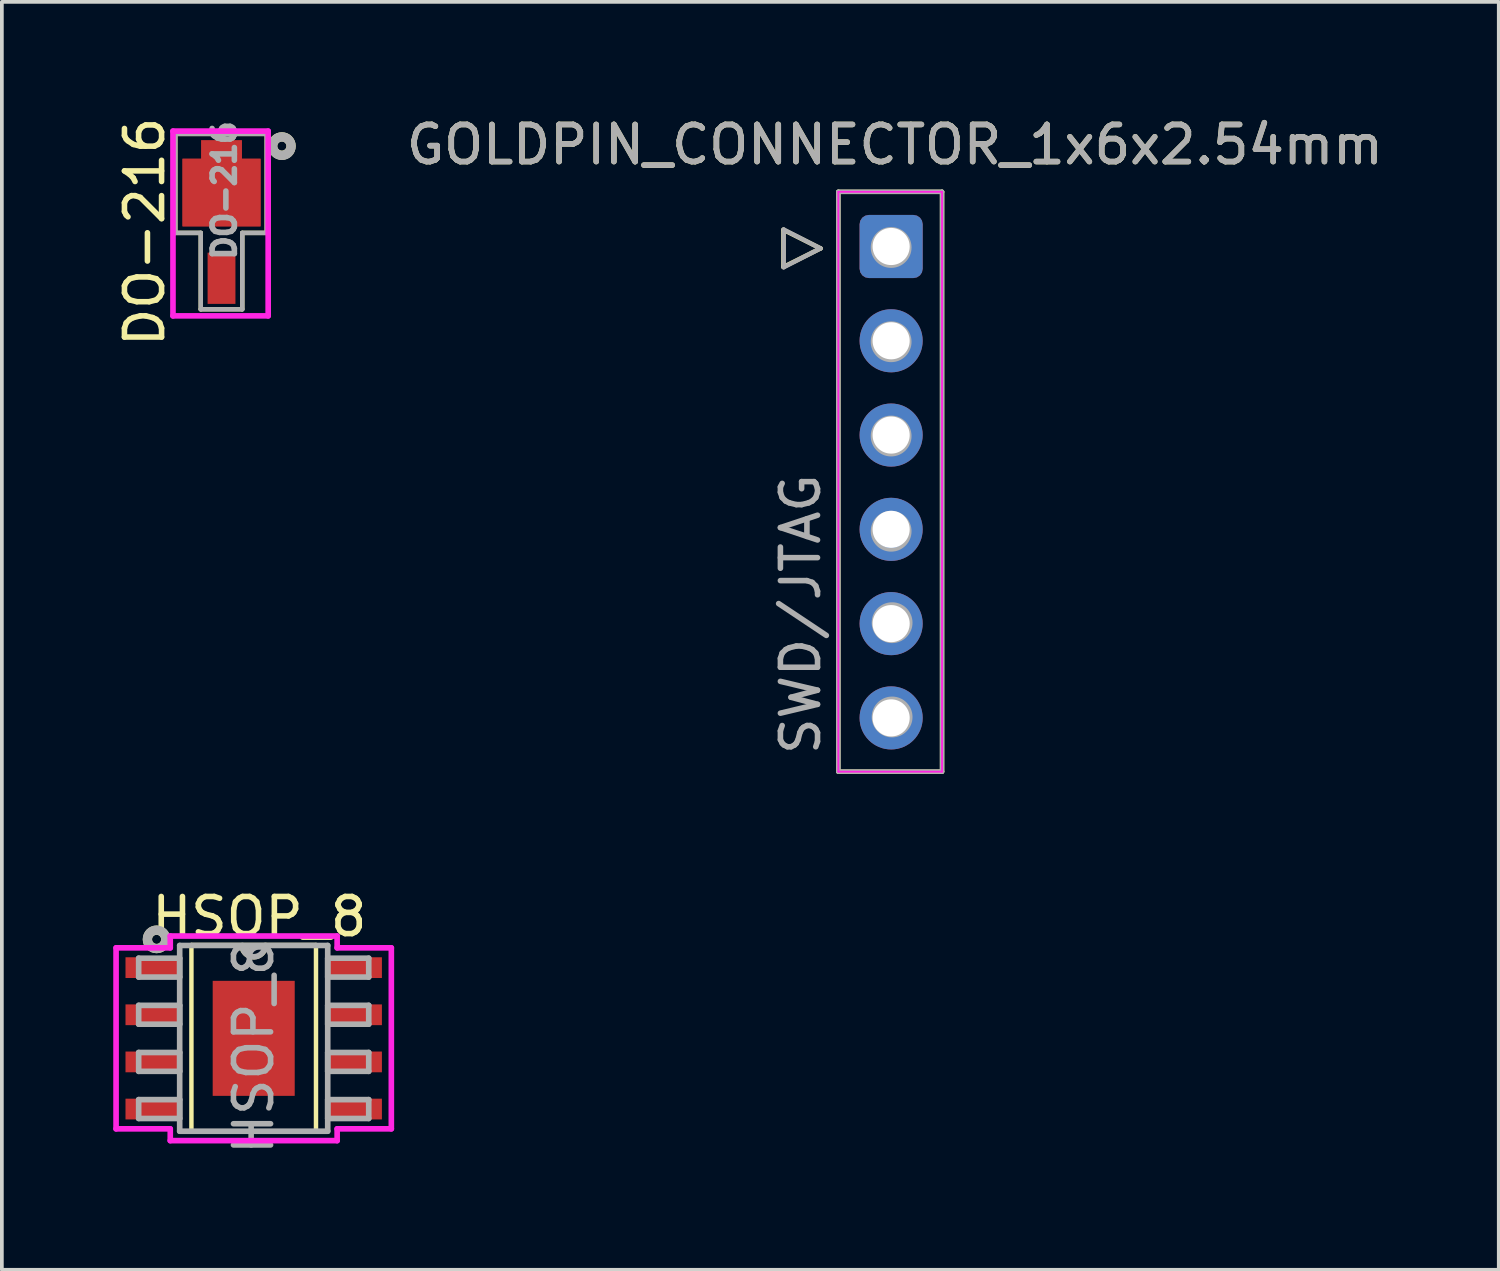
<source format=kicad_pcb>
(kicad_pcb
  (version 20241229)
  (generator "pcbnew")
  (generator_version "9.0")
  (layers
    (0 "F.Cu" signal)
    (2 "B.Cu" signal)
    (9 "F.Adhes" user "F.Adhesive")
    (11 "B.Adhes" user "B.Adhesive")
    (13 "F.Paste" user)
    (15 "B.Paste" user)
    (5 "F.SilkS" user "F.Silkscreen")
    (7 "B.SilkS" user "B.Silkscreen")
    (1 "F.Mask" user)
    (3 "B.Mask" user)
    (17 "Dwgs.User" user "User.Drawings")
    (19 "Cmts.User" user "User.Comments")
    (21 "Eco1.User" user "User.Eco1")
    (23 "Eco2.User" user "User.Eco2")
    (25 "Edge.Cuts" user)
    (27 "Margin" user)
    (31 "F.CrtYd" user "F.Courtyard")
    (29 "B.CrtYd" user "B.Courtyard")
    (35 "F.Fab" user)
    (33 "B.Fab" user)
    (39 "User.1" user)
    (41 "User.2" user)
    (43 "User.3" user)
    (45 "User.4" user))
  (footprint "GOLDPIN_CONNECTOR_1x6x2.54mm"
    (layer "F.Cu")
    (at 20.806 9.992)
    (property "Reference" "GOLDPIN_CONNECTOR_1x6x2.54mm" (at 0.254 -9.144 0) (layer "F.SilkS") (effects (font (size 1 1) (thickness 0.15))))
    (attr through_hole)
    (fp_line (start -2.75 -6.85) (end -2.75 -5.85) (stroke (width 0.12) (type solid)) (layer "F.SilkS"))
    (fp_line (start -2.75 -5.85) (end -1.75 -6.35) (stroke (width 0.12) (type solid)) (layer "F.SilkS"))
    (fp_line (start -1.75 -6.35) (end -2.75 -6.85) (stroke (width 0.12) (type solid)) (layer "F.SilkS"))
    (fp_line (start -1.27 -7.874) (end -1.27 7.747) (stroke (width 0.12) (type solid)) (layer "F.SilkS"))
    (fp_line (start -1.27 7.747) (end 1.524 7.747) (stroke (width 0.12) (type solid)) (layer "F.SilkS"))
    (fp_line (start 1.524 -7.874) (end -1.27 -7.874) (stroke (width 0.12) (type solid)) (layer "F.SilkS"))
    (fp_line (start 1.524 7.747) (end 1.524 -7.874) (stroke (width 0.12) (type solid)) (layer "F.SilkS"))
    (fp_line (start -1.27 -7.874) (end 1.524 -7.874) (stroke (width 0.05) (type solid)) (layer "F.CrtYd"))
    (fp_line (start -1.27 7.747) (end -1.27 -7.874) (stroke (width 0.05) (type solid)) (layer "F.CrtYd"))
    (fp_line (start 1.524 -7.874) (end 1.524 7.747) (stroke (width 0.05) (type solid)) (layer "F.CrtYd"))
    (fp_line (start 1.524 7.747) (end -1.27 7.747) (stroke (width 0.05) (type solid)) (layer "F.CrtYd"))
    (fp_line (start -2.743 -5.842) (end -2.743 -6.858) (stroke (width 0.12) (type solid)) (layer "F.Fab"))
    (fp_line (start -1.753 -6.35) (end -2.743 -6.858) (stroke (width 0.12) (type solid)) (layer "F.Fab"))
    (fp_line (start -1.753 -6.35) (end -2.743 -5.842) (stroke (width 0.12) (type solid)) (layer "F.Fab"))
    (fp_line (start -1.27 -7.874) (end 1.524 -7.874) (stroke (width 0.12) (type solid)) (layer "F.Fab"))
    (fp_line (start -1.27 7.747) (end -1.27 -7.874) (stroke (width 0.12) (type solid)) (layer "F.Fab"))
    (fp_line (start 1.524 -7.874) (end 1.524 7.747) (stroke (width 0.12) (type solid)) (layer "F.Fab"))
    (fp_line (start 1.524 7.747) (end -1.27 7.747) (stroke (width 0.12) (type solid)) (layer "F.Fab"))
    (fp_circle (center 0.152 -6.375) (end 0.152 -5.875) (stroke (width 0.1) (type solid)) (fill no) (layer "F.Fab"))
    (fp_circle (center 0.152 -3.835) (end 0.152 -3.335) (stroke (width 0.1) (type solid)) (fill no) (layer "F.Fab"))
    (fp_circle (center 0.152 -1.295) (end 0.152 -0.795) (stroke (width 0.1) (type solid)) (fill no) (layer "F.Fab"))
    (fp_circle (center 0.152 1.27) (end 0.152 1.77) (stroke (width 0.1) (type solid)) (fill no) (layer "F.Fab"))
    (fp_circle (center 0.178 3.734) (end 0.178 4.234) (stroke (width 0.1) (type solid)) (fill no) (layer "F.Fab"))
    (fp_circle (center 0.178 6.274) (end 0.178 6.774) (stroke (width 0.1) (type solid)) (fill no) (layer "F.Fab"))
    (fp_text user "${REFERENCE}" (at 0.254 -9.144 0) (layer "F.Fab") (effects (font (size 1 1) (thickness 0.15))))
    (fp_text user "SWD/JTAG" (at -2.286 3.505 90) (layer "F.Fab") (effects (font (size 1 1) (thickness 0.15))))
    (pad "1" thru_hole roundrect (at 0.152 -6.401) (size 1.7 1.7) (drill 1) (layers "*.Cu" "*.Mask") (roundrect_rratio 0.147))
    (pad "2" thru_hole circle (at 0.152 -3.861) (size 1.7 1.7) (drill 1) (layers "*.Cu" "*.Mask"))
    (pad "3" thru_hole circle (at 0.152 -1.321) (size 1.7 1.7) (drill 1) (layers "*.Cu" "*.Mask"))
    (pad "4" thru_hole circle (at 0.152 1.219) (size 1.7 1.7) (drill 1) (layers "*.Cu" "*.Mask"))
    (pad "5" thru_hole circle (at 0.152 3.759) (size 1.7 1.7) (drill 1) (layers "*.Cu" "*.Mask"))
    (pad "6" thru_hole circle (at 0.152 6.299) (size 1.7 1.7) (drill 1) (layers "*.Cu" "*.Mask")))
  (footprint "DO-216"
    (layer "F.Cu")
    (at 2.918 3.047)
    (property "Reference" "DO-216" (at -2.07 0.15 90) (layer "F.SilkS") (effects (font (size 1 1) (thickness 0.15))))
    (attr through_hole)
    (fp_poly (pts (xy 0.551 -1.821) (xy 1.052 -1.821) (xy 1.052 0.003) (xy -1.052 0.003) (xy -1.052 -1.821) (xy -0.551 -1.821) (xy -0.551 -2.322) (xy 0.551 -2.322)) (stroke (width 0.001) (type solid)) (fill yes) (layer "F.Cu"))
    (fp_poly (pts (xy 0.551 -1.819) (xy -0.551 -1.819) (xy -0.551 -2.322) (xy 0.551 -2.322)) (stroke (width 0.001) (type solid)) (fill yes) (layer "F.Mask"))
    (fp_line (start -1.245 -2.489) (end 1.219 -2.489) (stroke (width 0.12) (type solid)) (layer "F.SilkS"))
    (fp_line (start -1.245 0.178) (end -1.245 -2.489) (stroke (width 0.12) (type solid)) (layer "F.SilkS"))
    (fp_line (start -1.245 0.178) (end -0.559 0.178) (stroke (width 0.12) (type solid)) (layer "F.SilkS"))
    (fp_line (start -0.559 0.178) (end -0.559 2.235) (stroke (width 0.12) (type solid)) (layer "F.SilkS"))
    (fp_line (start 0.549 2.235) (end -0.559 2.235) (stroke (width 0.12) (type solid)) (layer "F.SilkS"))
    (fp_line (start 0.559 0.178) (end 0.559 2.235) (stroke (width 0.12) (type solid)) (layer "F.SilkS"))
    (fp_line (start 1.219 -2.489) (end 1.219 0.178) (stroke (width 0.12) (type solid)) (layer "F.SilkS"))
    (fp_line (start 1.219 0.178) (end 0.559 0.178) (stroke (width 0.12) (type solid)) (layer "F.SilkS"))
    (fp_circle (center 1.626 -2.162) (end 1.749 -2.162) (stroke (width 0.25) (type solid)) (fill no) (layer "F.SilkS"))
    (fp_poly (pts (xy 0.551 -1.816) (xy -0.551 -1.816) (xy -0.551 -2.322) (xy 0.551 -2.322)) (stroke (width 0.001) (type solid)) (fill yes) (layer "F.Paste"))
    (fp_line (start -1.308 -2.565) (end 1.257 -2.565) (stroke (width 0.152) (type solid)) (layer "F.CrtYd"))
    (fp_line (start -1.308 2.413) (end -1.308 -2.565) (stroke (width 0.152) (type solid)) (layer "F.CrtYd"))
    (fp_line (start 1.257 -2.565) (end 1.257 2.413) (stroke (width 0.152) (type solid)) (layer "F.CrtYd"))
    (fp_line (start 1.257 2.413) (end -1.308 2.413) (stroke (width 0.152) (type solid)) (layer "F.CrtYd"))
    (fp_line (start -1.245 -2.489) (end -1.245 0.178) (stroke (width 0.12) (type solid)) (layer "F.Fab"))
    (fp_line (start -1.245 0.178) (end -0.559 0.178) (stroke (width 0.12) (type solid)) (layer "F.Fab"))
    (fp_line (start -0.559 0.178) (end -0.559 2.235) (stroke (width 0.12) (type solid)) (layer "F.Fab"))
    (fp_line (start -0.559 2.235) (end 0.559 2.235) (stroke (width 0.12) (type solid)) (layer "F.Fab"))
    (fp_line (start 0.559 0.178) (end 1.219 0.178) (stroke (width 0.12) (type solid)) (layer "F.Fab"))
    (fp_line (start 0.559 2.235) (end 0.559 0.178) (stroke (width 0.12) (type solid)) (layer "F.Fab"))
    (fp_line (start 1.219 -2.489) (end -1.245 -2.489) (stroke (width 0.12) (type solid)) (layer "F.Fab"))
    (fp_line (start 1.219 0.178) (end 1.219 -2.489) (stroke (width 0.12) (type solid)) (layer "F.Fab"))
    (fp_circle (center 1.626 -2.159) (end 1.749 -2.159) (stroke (width 0.25) (type solid)) (fill no) (layer "F.Fab"))
    (fp_text user "${REFERENCE}" (at 0.076 -0.965 90) (layer "F.Fab") (effects (font (size 0.6 0.6) (thickness 0.15))))
    (pad "1" smd rect (at 0 -0.91) (size 2.1 1.82) (layers "F.Cu" "F.Mask" "F.Paste"))
    (pad "2" smd rect (at 0 1.4) (size 0.75 1.38) (layers "F.Cu" "F.Mask" "F.Paste")))
  (footprint "HSOP_8"
    (layer "F.Cu")
    (at 3.785 24.924)
    (property "Reference" "HSOP_8" (at 0.152 -3.277 0) (layer "F.SilkS") (effects (font (size 1 1) (thickness 0.15))))
    (attr through_hole)
    (fp_line (start -1.678 -2.515) (end -1.678 2.515) (stroke (width 0.12) (type solid)) (layer "F.SilkS"))
    (fp_line (start 1.676 2.515) (end -1.678 2.515) (stroke (width 0.12) (type solid)) (layer "F.SilkS"))
    (fp_line (start 1.678 -2.515) (end -1.678 -2.515) (stroke (width 0.12) (type solid)) (layer "F.SilkS"))
    (fp_line (start 1.678 -2.515) (end 1.678 2.515) (stroke (width 0.12) (type solid)) (layer "F.SilkS"))
    (fp_arc (start 0.331174 -2.514599) (mid 0.012708 -2.18367) (end -0.330199 -2.489201) (stroke (width 0.12) (type solid)) (layer "F.SilkS"))
    (fp_circle (center -2.616 -2.667) (end -2.493 -2.667) (stroke (width 0.25) (type solid)) (fill no) (layer "F.SilkS"))
    (fp_line (start -1.005 -1.449) (end -1.005 -0.1) (stroke (width 0.152) (type solid)) (layer "F.Paste"))
    (fp_line (start -1.005 -0.1) (end 1.005 -0.1) (stroke (width 0.152) (type solid)) (layer "F.Paste"))
    (fp_line (start -1.005 0.1) (end -1.005 1.449) (stroke (width 0.152) (type solid)) (layer "F.Paste"))
    (fp_line (start -1.005 1.449) (end 1.005 1.449) (stroke (width 0.152) (type solid)) (layer "F.Paste"))
    (fp_line (start 1.005 -1.449) (end -1.005 -1.449) (stroke (width 0.152) (type solid)) (layer "F.Paste"))
    (fp_line (start 1.005 -0.1) (end 1.005 -1.449) (stroke (width 0.152) (type solid)) (layer "F.Paste"))
    (fp_line (start 1.005 0.1) (end -1.005 0.1) (stroke (width 0.152) (type solid)) (layer "F.Paste"))
    (fp_line (start 1.005 1.449) (end 1.005 0.1) (stroke (width 0.152) (type solid)) (layer "F.Paste"))
    (fp_line (start -3.708 -2.438) (end -2.248 -2.438) (stroke (width 0.152) (type solid)) (layer "F.CrtYd"))
    (fp_line (start -3.708 2.438) (end -3.708 -2.438) (stroke (width 0.152) (type solid)) (layer "F.CrtYd"))
    (fp_line (start -2.248 -2.756) (end 2.248 -2.756) (stroke (width 0.152) (type solid)) (layer "F.CrtYd"))
    (fp_line (start -2.248 -2.438) (end -2.248 -2.756) (stroke (width 0.152) (type solid)) (layer "F.CrtYd"))
    (fp_line (start -2.248 2.438) (end -3.708 2.438) (stroke (width 0.152) (type solid)) (layer "F.CrtYd"))
    (fp_line (start -2.248 2.756) (end -2.248 2.438) (stroke (width 0.152) (type solid)) (layer "F.CrtYd"))
    (fp_line (start 2.248 -2.756) (end 2.248 -2.438) (stroke (width 0.152) (type solid)) (layer "F.CrtYd"))
    (fp_line (start 2.248 -2.438) (end 3.708 -2.438) (stroke (width 0.152) (type solid)) (layer "F.CrtYd"))
    (fp_line (start 2.248 2.438) (end 2.248 2.756) (stroke (width 0.152) (type solid)) (layer "F.CrtYd"))
    (fp_line (start 2.248 2.756) (end -2.248 2.756) (stroke (width 0.152) (type solid)) (layer "F.CrtYd"))
    (fp_line (start 3.708 -2.438) (end 3.708 2.438) (stroke (width 0.152) (type solid)) (layer "F.CrtYd"))
    (fp_line (start 3.708 2.438) (end 2.248 2.438) (stroke (width 0.152) (type solid)) (layer "F.CrtYd"))
    (fp_line (start -3.099 -2.159) (end -3.099 -1.651) (stroke (width 0.152) (type solid)) (layer "F.Fab"))
    (fp_line (start -3.099 -1.651) (end -1.994 -1.651) (stroke (width 0.152) (type solid)) (layer "F.Fab"))
    (fp_line (start -3.099 -0.889) (end -3.099 -0.381) (stroke (width 0.152) (type solid)) (layer "F.Fab"))
    (fp_line (start -3.099 -0.381) (end -1.994 -0.381) (stroke (width 0.152) (type solid)) (layer "F.Fab"))
    (fp_line (start -3.099 0.381) (end -3.099 0.889) (stroke (width 0.152) (type solid)) (layer "F.Fab"))
    (fp_line (start -3.099 0.889) (end -1.994 0.889) (stroke (width 0.152) (type solid)) (layer "F.Fab"))
    (fp_line (start -3.099 1.651) (end -3.099 2.159) (stroke (width 0.152) (type solid)) (layer "F.Fab"))
    (fp_line (start -3.099 2.159) (end -1.994 2.159) (stroke (width 0.152) (type solid)) (layer "F.Fab"))
    (fp_line (start -1.994 -2.502) (end -1.994 2.502) (stroke (width 0.152) (type solid)) (layer "F.Fab"))
    (fp_line (start -1.994 -2.159) (end -3.099 -2.159) (stroke (width 0.152) (type solid)) (layer "F.Fab"))
    (fp_line (start -1.994 -1.651) (end -1.994 -2.159) (stroke (width 0.152) (type solid)) (layer "F.Fab"))
    (fp_line (start -1.994 -0.889) (end -3.099 -0.889) (stroke (width 0.152) (type solid)) (layer "F.Fab"))
    (fp_line (start -1.994 -0.381) (end -1.994 -0.889) (stroke (width 0.152) (type solid)) (layer "F.Fab"))
    (fp_line (start -1.994 0.381) (end -3.099 0.381) (stroke (width 0.152) (type solid)) (layer "F.Fab"))
    (fp_line (start -1.994 0.889) (end -1.994 0.381) (stroke (width 0.152) (type solid)) (layer "F.Fab"))
    (fp_line (start -1.994 1.651) (end -3.099 1.651) (stroke (width 0.152) (type solid)) (layer "F.Fab"))
    (fp_line (start -1.994 2.159) (end -1.994 1.651) (stroke (width 0.152) (type solid)) (layer "F.Fab"))
    (fp_line (start -1.994 2.502) (end 1.994 2.502) (stroke (width 0.152) (type solid)) (layer "F.Fab"))
    (fp_line (start 1.994 -2.502) (end -1.994 -2.502) (stroke (width 0.152) (type solid)) (layer "F.Fab"))
    (fp_line (start 1.994 -2.159) (end 1.994 -1.651) (stroke (width 0.152) (type solid)) (layer "F.Fab"))
    (fp_line (start 1.994 -1.651) (end 3.099 -1.651) (stroke (width 0.152) (type solid)) (layer "F.Fab"))
    (fp_line (start 1.994 -0.889) (end 1.994 -0.381) (stroke (width 0.152) (type solid)) (layer "F.Fab"))
    (fp_line (start 1.994 -0.381) (end 3.099 -0.381) (stroke (width 0.152) (type solid)) (layer "F.Fab"))
    (fp_line (start 1.994 0.381) (end 1.994 0.889) (stroke (width 0.152) (type solid)) (layer "F.Fab"))
    (fp_line (start 1.994 0.889) (end 3.099 0.889) (stroke (width 0.152) (type solid)) (layer "F.Fab"))
    (fp_line (start 1.994 1.651) (end 1.994 2.159) (stroke (width 0.152) (type solid)) (layer "F.Fab"))
    (fp_line (start 1.994 2.159) (end 3.099 2.159) (stroke (width 0.152) (type solid)) (layer "F.Fab"))
    (fp_line (start 1.994 2.502) (end 1.994 -2.502) (stroke (width 0.152) (type solid)) (layer "F.Fab"))
    (fp_line (start 3.099 -2.159) (end 1.994 -2.159) (stroke (width 0.152) (type solid)) (layer "F.Fab"))
    (fp_line (start 3.099 -1.651) (end 3.099 -2.159) (stroke (width 0.152) (type solid)) (layer "F.Fab"))
    (fp_line (start 3.099 -0.889) (end 1.994 -0.889) (stroke (width 0.152) (type solid)) (layer "F.Fab"))
    (fp_line (start 3.099 -0.381) (end 3.099 -0.889) (stroke (width 0.152) (type solid)) (layer "F.Fab"))
    (fp_line (start 3.099 0.381) (end 1.994 0.381) (stroke (width 0.152) (type solid)) (layer "F.Fab"))
    (fp_line (start 3.099 0.889) (end 3.099 0.381) (stroke (width 0.152) (type solid)) (layer "F.Fab"))
    (fp_line (start 3.099 1.651) (end 1.994 1.651) (stroke (width 0.152) (type solid)) (layer "F.Fab"))
    (fp_line (start 3.099 2.159) (end 3.099 1.651) (stroke (width 0.152) (type solid)) (layer "F.Fab"))
    (fp_arc (start 0.3048 -2.5019) (mid 0 -2.1971) (end -0.3048 -2.5019) (stroke (width 0.1524) (type solid)) (layer "F.Fab"))
    (fp_circle (center -2.616 -2.667) (end -2.493 -2.667) (stroke (width 0.25) (type solid)) (fill no) (layer "F.Fab"))
    (fp_text user "${REFERENCE}" (at 0 0.229 90) (layer "F.Fab") (effects (font (size 1 1) (thickness 0.15))))
    (pad "1" smd rect (at -2.724 -1.905) (size 1.46 0.559) (layers "F.Cu" "F.Mask" "F.Paste"))
    (pad "2" smd rect (at -2.724 -0.635) (size 1.46 0.559) (layers "F.Cu" "F.Mask" "F.Paste"))
    (pad "3" smd rect (at -2.724 0.635) (size 1.46 0.559) (layers "F.Cu" "F.Mask" "F.Paste"))
    (pad "4" smd rect (at -2.724 1.905) (size 1.46 0.559) (layers "F.Cu" "F.Mask" "F.Paste"))
    (pad "5" smd rect (at 2.724 1.905) (size 1.46 0.559) (layers "F.Cu" "F.Mask" "F.Paste"))
    (pad "6" smd rect (at 2.724 0.635) (size 1.46 0.559) (layers "F.Cu" "F.Mask" "F.Paste"))
    (pad "7" smd rect (at 2.724 -0.635) (size 1.46 0.559) (layers "F.Cu" "F.Mask" "F.Paste"))
    (pad "8" smd rect (at 2.724 -1.905) (size 1.46 0.559) (layers "F.Cu" "F.Mask" "F.Paste"))
    (pad "EPAD" smd rect (at 0 0) (size 2.21 3.099) (layers "F.Cu" "F.Mask" "F.Paste")))
  (gr_rect
    (start -3 -3)
    (end 37.328 31.159)
    (stroke (width 0.1) (type default))
    (fill no)
    (layer "Edge.Cuts")))
</source>
